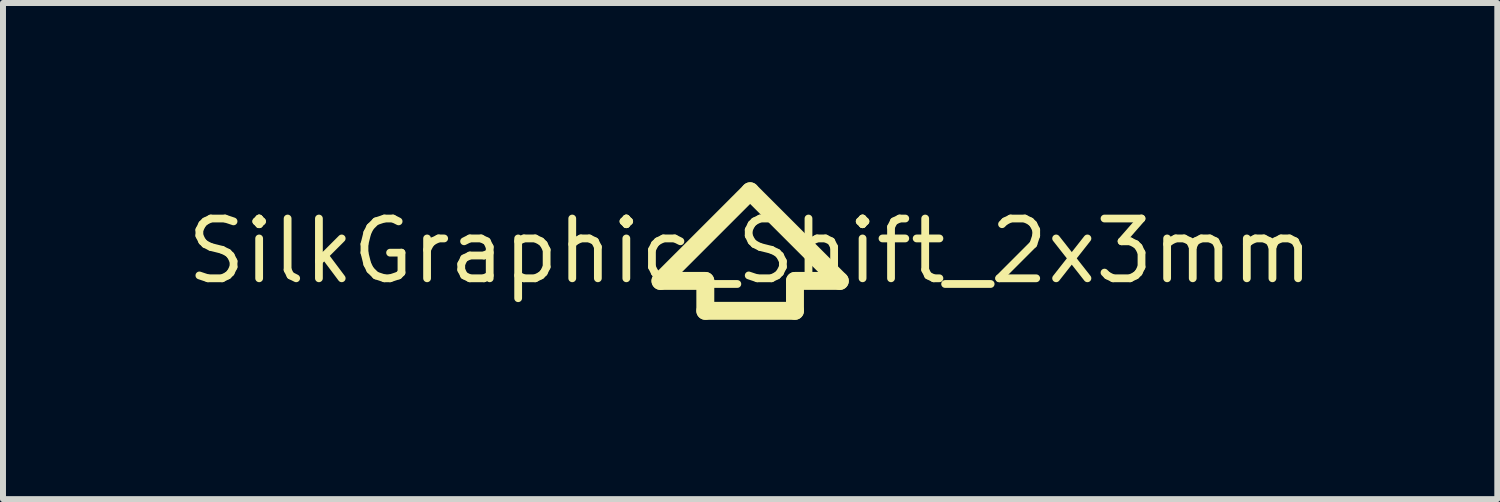
<source format=kicad_pcb>
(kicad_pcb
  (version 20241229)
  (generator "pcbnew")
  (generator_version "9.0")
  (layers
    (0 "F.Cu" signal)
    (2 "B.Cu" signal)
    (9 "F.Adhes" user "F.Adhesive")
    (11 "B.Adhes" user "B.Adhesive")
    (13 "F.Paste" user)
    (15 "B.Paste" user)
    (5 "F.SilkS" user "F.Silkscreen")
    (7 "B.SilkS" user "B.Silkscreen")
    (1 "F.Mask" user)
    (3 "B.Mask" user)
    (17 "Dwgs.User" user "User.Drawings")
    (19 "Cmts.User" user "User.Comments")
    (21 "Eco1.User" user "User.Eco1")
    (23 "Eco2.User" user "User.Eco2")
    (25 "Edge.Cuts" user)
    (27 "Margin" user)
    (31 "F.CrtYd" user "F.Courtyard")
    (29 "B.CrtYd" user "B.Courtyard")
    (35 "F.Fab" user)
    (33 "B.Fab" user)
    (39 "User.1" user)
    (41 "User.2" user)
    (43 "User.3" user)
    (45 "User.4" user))
  (footprint "SilkGraphic_Shift_2x3mm"
    (layer "F.Cu")
    (at 9.5 1.15)
    (property "Reference" "SilkGraphic_Shift_2x3mm" (at 0 0 0) (layer "F.SilkS") (effects (font (size 1 1) (thickness 0.13))))
    (attr smd)
    (fp_line (start -1.5 0.5) (end -0.75 0.5) (stroke (width 0.3) (type solid)) (layer "F.SilkS"))
    (fp_line (start -1.5 0.5) (end 0 -1) (stroke (width 0.3) (type solid)) (layer "F.SilkS"))
    (fp_line (start -0.75 0.5) (end -0.75 1) (stroke (width 0.3) (type solid)) (layer "F.SilkS"))
    (fp_line (start 0 -1) (end 1.5 0.5) (stroke (width 0.3) (type solid)) (layer "F.SilkS"))
    (fp_line (start 0.75 0.5) (end 0.75 1) (stroke (width 0.3) (type solid)) (layer "F.SilkS"))
    (fp_line (start 0.75 1) (end -0.75 1) (stroke (width 0.3) (type solid)) (layer "F.SilkS"))
    (fp_line (start 1.5 0.5) (end 0.75 0.5) (stroke (width 0.3) (type solid)) (layer "F.SilkS")))
  (gr_rect
    (start -3 -3)
    (end 22 5.3)
    (stroke (width 0.1) (type default))
    (fill no)
    (layer "Edge.Cuts")))
</source>
